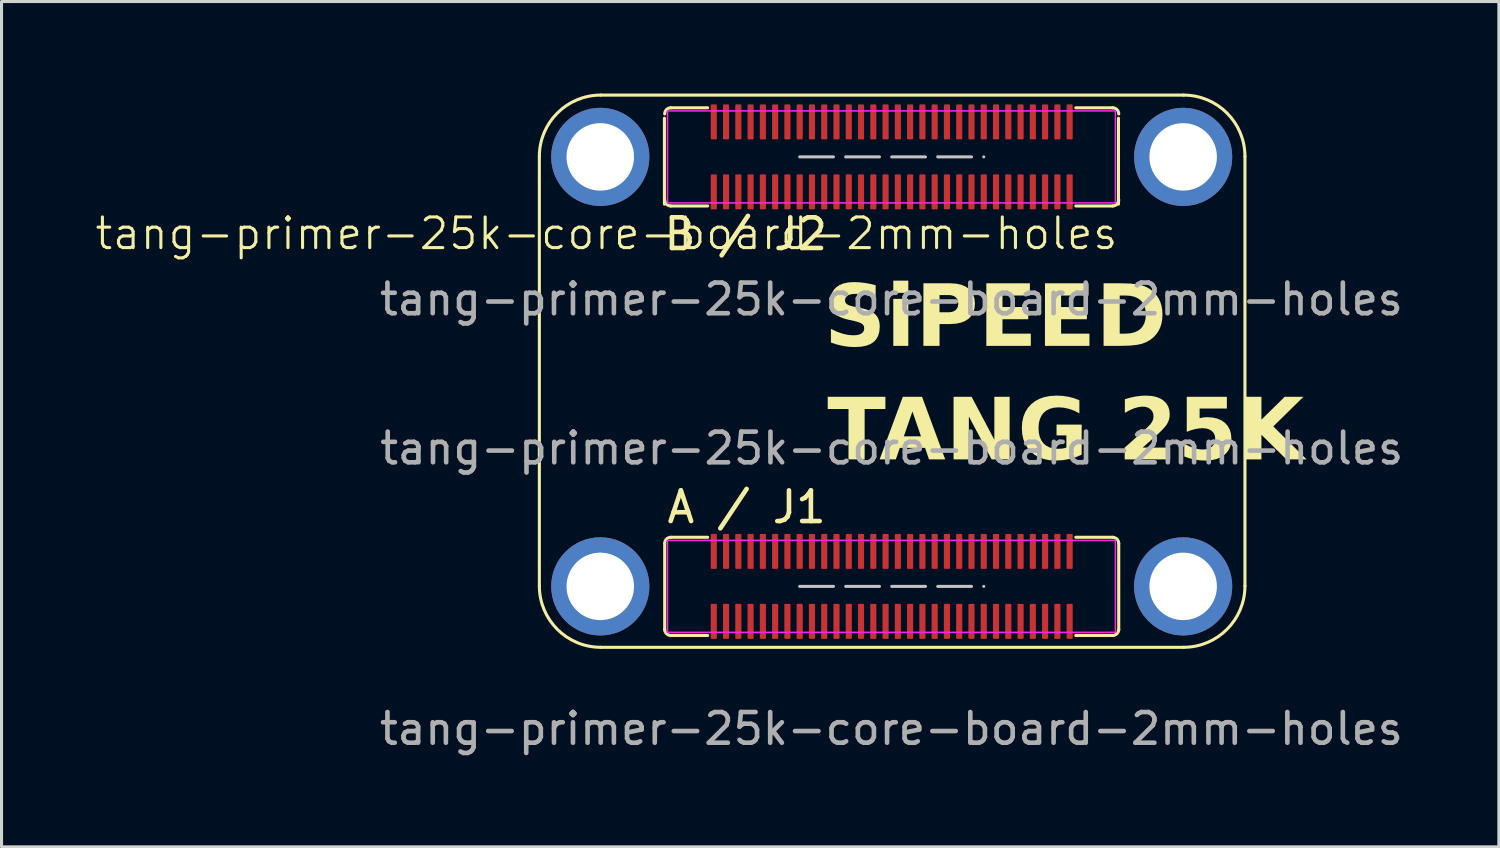
<source format=kicad_pcb>
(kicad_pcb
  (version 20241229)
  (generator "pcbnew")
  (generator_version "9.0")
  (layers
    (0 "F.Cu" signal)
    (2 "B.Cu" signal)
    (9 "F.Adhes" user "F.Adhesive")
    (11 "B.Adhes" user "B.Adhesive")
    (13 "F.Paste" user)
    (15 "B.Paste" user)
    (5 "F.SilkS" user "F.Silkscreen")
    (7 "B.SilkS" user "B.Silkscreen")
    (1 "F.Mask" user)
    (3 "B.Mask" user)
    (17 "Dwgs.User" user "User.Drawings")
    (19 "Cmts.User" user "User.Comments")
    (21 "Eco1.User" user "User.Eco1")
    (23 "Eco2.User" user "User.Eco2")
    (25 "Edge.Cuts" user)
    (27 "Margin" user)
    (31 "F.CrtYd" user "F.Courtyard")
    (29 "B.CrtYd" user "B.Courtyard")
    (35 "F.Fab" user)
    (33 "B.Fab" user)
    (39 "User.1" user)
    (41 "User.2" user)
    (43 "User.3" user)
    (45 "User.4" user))
  (footprint "tang-primer-25k-core-board-2mm-holes"
    (layer "F.Cu")
    (at 26.017 9.064)
    (property "Reference" "tang-primer-25k-core-board-2mm-holes" (at -9.3 -4.5 0) (unlocked yes) (layer "F.SilkS") (effects (font (size 1 1) (thickness 0.1))))
    (attr smd)
    (fp_line (start -11.486 -7.014) (end -11.486 6.986) (stroke (width 0.1) (type default)) (layer "F.SilkS"))
    (fp_line (start -9.486 8.986) (end 9.514 8.986) (stroke (width 0.1) (type default)) (layer "F.SilkS"))
    (fp_line (start -7.409 -8.259) (end -7.409 -5.459) (stroke (width 0.1) (type default)) (layer "F.SilkS"))
    (fp_line (start -7.4 5.61) (end -7.4 8.41) (stroke (width 0.1) (type default)) (layer "F.SilkS"))
    (fp_line (start -7.2 -8.6) (end -6 -8.6) (stroke (width 0.1) (type default)) (layer "F.SilkS"))
    (fp_line (start -7.2 -5.4) (end -6 -5.4) (stroke (width 0.1) (type default)) (layer "F.SilkS"))
    (fp_line (start -7.2 5.4) (end -6 5.4) (stroke (width 0.1) (type default)) (layer "F.SilkS"))
    (fp_line (start -7.2 8.6) (end -6 8.6) (stroke (width 0.1) (type default)) (layer "F.SilkS"))
    (fp_line (start 7.2 -8.6) (end 6 -8.6) (stroke (width 0.1) (type default)) (layer "F.SilkS"))
    (fp_line (start 7.2 -5.4) (end 6 -5.4) (stroke (width 0.1) (type default)) (layer "F.SilkS"))
    (fp_line (start 7.2 5.4) (end 6 5.4) (stroke (width 0.1) (type default)) (layer "F.SilkS"))
    (fp_line (start 7.2 8.6) (end 6 8.6) (stroke (width 0.1) (type default)) (layer "F.SilkS"))
    (fp_line (start 7.391 -8.259) (end 7.391 -5.459) (stroke (width 0.1) (type default)) (layer "F.SilkS"))
    (fp_line (start 7.4 5.61) (end 7.4 8.41) (stroke (width 0.1) (type default)) (layer "F.SilkS"))
    (fp_line (start 9.514 -9.014) (end -9.486 -9.014) (stroke (width 0.1) (type default)) (layer "F.SilkS"))
    (fp_line (start 11.514 6.986) (end 11.514 -7.014) (stroke (width 0.1) (type default)) (layer "F.SilkS"))
    (fp_arc (start -11.485786 -7.014214) (mid -10.9 -8.428428) (end -9.485786 -9.014214) (stroke (width 0.1) (type default)) (layer "F.SilkS"))
    (fp_arc (start -9.485786 8.985786) (mid -10.9 8.4) (end -11.485786 6.985786) (stroke (width 0.1) (type default)) (layer "F.SilkS"))
    (fp_arc (start -7.4 -8.4) (mid -7.341421 -8.541421) (end -7.2 -8.6) (stroke (width 0.1) (type default)) (layer "F.SilkS"))
    (fp_arc (start -7.4 5.6) (mid -7.341421 5.458579) (end -7.2 5.4) (stroke (width 0.1) (type default)) (layer "F.SilkS"))
    (fp_arc (start -7.2 -5.4) (mid -7.341421 -5.458579) (end -7.4 -5.6) (stroke (width 0.1) (type default)) (layer "F.SilkS"))
    (fp_arc (start -7.2 8.6) (mid -7.341421 8.541421) (end -7.4 8.4) (stroke (width 0.1) (type default)) (layer "F.SilkS"))
    (fp_arc (start 7.2 -8.6) (mid 7.341421 -8.541421) (end 7.4 -8.4) (stroke (width 0.1) (type default)) (layer "F.SilkS"))
    (fp_arc (start 7.2 5.4) (mid 7.341421 5.458579) (end 7.4 5.6) (stroke (width 0.1) (type default)) (layer "F.SilkS"))
    (fp_arc (start 7.4 -5.6) (mid 7.341421 -5.458579) (end 7.2 -5.4) (stroke (width 0.1) (type default)) (layer "F.SilkS"))
    (fp_arc (start 7.4 8.4) (mid 7.341421 8.541421) (end 7.2 8.6) (stroke (width 0.1) (type default)) (layer "F.SilkS"))
    (fp_arc (start 9.514214 -9.014214) (mid 10.928428 -8.428428) (end 11.514214 -7.014214) (stroke (width 0.1) (type default)) (layer "F.SilkS"))
    (fp_arc (start 11.514214 6.985786) (mid 10.928428 8.4) (end 9.514214 8.985786) (stroke (width 0.1) (type default)) (layer "F.SilkS"))
    (fp_line (start -3 -7) (end 3 -7) (stroke (width 0.1) (type dash)) (layer "Dwgs.User"))
    (fp_line (start -3 7) (end 3 7) (stroke (width 0.1) (type dash)) (layer "Dwgs.User"))
    (fp_rect (start -7.309 -8.5) (end 7.291 -5.5) (stroke (width 0.05) (type default)) (fill no) (layer "F.CrtYd"))
    (fp_rect (start -7.309 5.5) (end 7.291 8.5) (stroke (width 0.05) (type default)) (fill no) (layer "F.CrtYd"))
    (fp_text user "A / J1" (at -7.4 5 0) (unlocked yes) (layer "F.SilkS") (effects (font (size 1 1) (thickness 0.15)) (justify left bottom)))
    (fp_text user "B / J2" (at -7.5 -3.9 0) (unlocked yes) (layer "F.SilkS") (effects (font (size 1 1) (thickness 0.15)) (justify left bottom)))
    (fp_text user "SiPEED" (at -2.2 -0.5 0) (unlocked yes) (layer "F.SilkS") (effects (font (face "Exo 2 Black") (size 2 2) (thickness 0.15)) (justify left bottom)))
    (fp_text user "TANG 25K" (at -2.1 3.2 0) (unlocked yes) (layer "F.SilkS") (effects (font (face "Exo 2 Black") (size 2 2) (thickness 0.15)) (justify left bottom)))
    (fp_text user "${REFERENCE}" (at -0.009 -2.359 0) (unlocked yes) (layer "F.Fab") (effects (font (size 1 1) (thickness 0.15))))
    (fp_text user "${REFERENCE}" (at -0.009 11.641 0) (unlocked yes) (layer "F.Fab") (effects (font (size 1 1) (thickness 0.15))))
    (fp_text user "${REFERENCE}" (at 0 2.5 0) (unlocked yes) (layer "F.Fab") (effects (font (size 1 1) (thickness 0.15))))
    (pad "" thru_hole circle (at -9.5 -7) (size 3.2 3.2) (drill 2.2) (layers "*.Cu" "*.Mask"))
    (pad "" thru_hole circle (at -9.5 7) (size 3.2 3.2) (drill 2.2) (layers "*.Cu" "*.Mask"))
    (pad "" thru_hole circle (at 9.5 -7) (size 3.2 3.2) (drill 2.2) (layers "*.Cu" "*.Mask"))
    (pad "" thru_hole circle (at 9.5 7) (size 3.2 3.2) (drill 2.2) (layers "*.Cu" "*.Mask"))
    (pad "A1" smd roundrect (at -5.8 5.86) (size 0.2 1.14) (layers "F.Cu" "F.Mask" "F.Paste") (roundrect_rratio 0.15))
    (pad "A2" smd roundrect (at -5.8 8.14) (size 0.2 1.14) (layers "F.Cu" "F.Mask" "F.Paste") (roundrect_rratio 0.15))
    (pad "A3" smd roundrect (at -5.4 5.86) (size 0.2 1.14) (layers "F.Cu" "F.Mask" "F.Paste") (roundrect_rratio 0.15))
    (pad "A4" smd roundrect (at -5.4 8.14) (size 0.2 1.14) (layers "F.Cu" "F.Mask" "F.Paste") (roundrect_rratio 0.15))
    (pad "A5" smd roundrect (at -5 5.86) (size 0.2 1.14) (layers "F.Cu" "F.Mask" "F.Paste") (roundrect_rratio 0.15))
    (pad "A6" smd roundrect (at -5 8.14) (size 0.2 1.14) (layers "F.Cu" "F.Mask" "F.Paste") (roundrect_rratio 0.15))
    (pad "A7" smd roundrect (at -4.6 5.86) (size 0.2 1.14) (layers "F.Cu" "F.Mask" "F.Paste") (roundrect_rratio 0.15))
    (pad "A8" smd roundrect (at -4.6 8.14) (size 0.2 1.14) (layers "F.Cu" "F.Mask" "F.Paste") (roundrect_rratio 0.15))
    (pad "A9" smd roundrect (at -4.2 5.86) (size 0.2 1.14) (layers "F.Cu" "F.Mask" "F.Paste") (roundrect_rratio 0.15))
    (pad "A10" smd roundrect (at -4.2 8.14) (size 0.2 1.14) (layers "F.Cu" "F.Mask" "F.Paste") (roundrect_rratio 0.15))
    (pad "A11" smd roundrect (at -3.8 5.86) (size 0.2 1.14) (layers "F.Cu" "F.Mask" "F.Paste") (roundrect_rratio 0.15))
    (pad "A12" smd roundrect (at -3.8 8.14) (size 0.2 1.14) (layers "F.Cu" "F.Mask" "F.Paste") (roundrect_rratio 0.15))
    (pad "A13" smd roundrect (at -3.4 5.86) (size 0.2 1.14) (layers "F.Cu" "F.Mask" "F.Paste") (roundrect_rratio 0.15))
    (pad "A14" smd roundrect (at -3.4 8.14) (size 0.2 1.14) (layers "F.Cu" "F.Mask" "F.Paste") (roundrect_rratio 0.15))
    (pad "A15" smd roundrect (at -3 5.86) (size 0.2 1.14) (layers "F.Cu" "F.Mask" "F.Paste") (roundrect_rratio 0.15))
    (pad "A16" smd roundrect (at -3 8.14) (size 0.2 1.14) (layers "F.Cu" "F.Mask" "F.Paste") (roundrect_rratio 0.15))
    (pad "A17" smd roundrect (at -2.6 5.86) (size 0.2 1.14) (layers "F.Cu" "F.Mask" "F.Paste") (roundrect_rratio 0.15))
    (pad "A18" smd roundrect (at -2.6 8.14) (size 0.2 1.14) (layers "F.Cu" "F.Mask" "F.Paste") (roundrect_rratio 0.15))
    (pad "A19" smd roundrect (at -2.2 5.86) (size 0.2 1.14) (layers "F.Cu" "F.Mask" "F.Paste") (roundrect_rratio 0.15))
    (pad "A20" smd roundrect (at -2.2 8.14) (size 0.2 1.14) (layers "F.Cu" "F.Mask" "F.Paste") (roundrect_rratio 0.15))
    (pad "A21" smd roundrect (at -1.8 5.86) (size 0.2 1.14) (layers "F.Cu" "F.Mask" "F.Paste") (roundrect_rratio 0.15))
    (pad "A22" smd roundrect (at -1.8 8.14) (size 0.2 1.14) (layers "F.Cu" "F.Mask" "F.Paste") (roundrect_rratio 0.15))
    (pad "A23" smd roundrect (at -1.4 5.86) (size 0.2 1.14) (layers "F.Cu" "F.Mask" "F.Paste") (roundrect_rratio 0.15))
    (pad "A24" smd roundrect (at -1.4 8.14) (size 0.2 1.14) (layers "F.Cu" "F.Mask" "F.Paste") (roundrect_rratio 0.15))
    (pad "A25" smd roundrect (at -1 5.86) (size 0.2 1.14) (layers "F.Cu" "F.Mask" "F.Paste") (roundrect_rratio 0.15))
    (pad "A26" smd roundrect (at -1 8.14) (size 0.2 1.14) (layers "F.Cu" "F.Mask" "F.Paste") (roundrect_rratio 0.15))
    (pad "A27" smd roundrect (at -0.6 5.86) (size 0.2 1.14) (layers "F.Cu" "F.Mask" "F.Paste") (roundrect_rratio 0.15))
    (pad "A28" smd roundrect (at -0.6 8.14) (size 0.2 1.14) (layers "F.Cu" "F.Mask" "F.Paste") (roundrect_rratio 0.15))
    (pad "A29" smd roundrect (at -0.2 5.86) (size 0.2 1.14) (layers "F.Cu" "F.Mask" "F.Paste") (roundrect_rratio 0.15))
    (pad "A30" smd roundrect (at -0.2 8.14) (size 0.2 1.14) (layers "F.Cu" "F.Mask" "F.Paste") (roundrect_rratio 0.15))
    (pad "A31" smd roundrect (at 0.2 5.86) (size 0.2 1.14) (layers "F.Cu" "F.Mask" "F.Paste") (roundrect_rratio 0.15))
    (pad "A32" smd roundrect (at 0.2 8.14) (size 0.2 1.14) (layers "F.Cu" "F.Mask" "F.Paste") (roundrect_rratio 0.15))
    (pad "A33" smd roundrect (at 0.6 5.86) (size 0.2 1.14) (layers "F.Cu" "F.Mask" "F.Paste") (roundrect_rratio 0.15))
    (pad "A34" smd roundrect (at 0.6 8.14) (size 0.2 1.14) (layers "F.Cu" "F.Mask" "F.Paste") (roundrect_rratio 0.15))
    (pad "A35" smd roundrect (at 1 5.86) (size 0.2 1.14) (layers "F.Cu" "F.Mask" "F.Paste") (roundrect_rratio 0.15))
    (pad "A36" smd roundrect (at 1 8.14) (size 0.2 1.14) (layers "F.Cu" "F.Mask" "F.Paste") (roundrect_rratio 0.15))
    (pad "A37" smd roundrect (at 1.4 5.86) (size 0.2 1.14) (layers "F.Cu" "F.Mask" "F.Paste") (roundrect_rratio 0.15))
    (pad "A38" smd roundrect (at 1.4 8.14) (size 0.2 1.14) (layers "F.Cu" "F.Mask" "F.Paste") (roundrect_rratio 0.15))
    (pad "A39" smd roundrect (at 1.8 5.86) (size 0.2 1.14) (layers "F.Cu" "F.Mask" "F.Paste") (roundrect_rratio 0.15))
    (pad "A40" smd roundrect (at 1.8 8.14) (size 0.2 1.14) (layers "F.Cu" "F.Mask" "F.Paste") (roundrect_rratio 0.15))
    (pad "A41" smd roundrect (at 2.2 5.86) (size 0.2 1.14) (layers "F.Cu" "F.Mask" "F.Paste") (roundrect_rratio 0.15))
    (pad "A42" smd roundrect (at 2.2 8.14) (size 0.2 1.14) (layers "F.Cu" "F.Mask" "F.Paste") (roundrect_rratio 0.15))
    (pad "A43" smd roundrect (at 2.6 5.86) (size 0.2 1.14) (layers "F.Cu" "F.Mask" "F.Paste") (roundrect_rratio 0.15))
    (pad "A44" smd roundrect (at 2.6 8.14) (size 0.2 1.14) (layers "F.Cu" "F.Mask" "F.Paste") (roundrect_rratio 0.15))
    (pad "A45" smd roundrect (at 3 5.86) (size 0.2 1.14) (layers "F.Cu" "F.Mask" "F.Paste") (roundrect_rratio 0.15))
    (pad "A46" smd roundrect (at 3 8.14) (size 0.2 1.14) (layers "F.Cu" "F.Mask" "F.Paste") (roundrect_rratio 0.15))
    (pad "A47" smd roundrect (at 3.4 5.86) (size 0.2 1.14) (layers "F.Cu" "F.Mask" "F.Paste") (roundrect_rratio 0.15))
    (pad "A48" smd roundrect (at 3.4 8.14) (size 0.2 1.14) (layers "F.Cu" "F.Mask" "F.Paste") (roundrect_rratio 0.15))
    (pad "A49" smd roundrect (at 3.8 5.86) (size 0.2 1.14) (layers "F.Cu" "F.Mask" "F.Paste") (roundrect_rratio 0.15))
    (pad "A50" smd roundrect (at 3.8 8.14) (size 0.2 1.14) (layers "F.Cu" "F.Mask" "F.Paste") (roundrect_rratio 0.15))
    (pad "A51" smd roundrect (at 4.2 5.86) (size 0.2 1.14) (layers "F.Cu" "F.Mask" "F.Paste") (roundrect_rratio 0.15))
    (pad "A52" smd roundrect (at 4.2 8.14) (size 0.2 1.14) (layers "F.Cu" "F.Mask" "F.Paste") (roundrect_rratio 0.15))
    (pad "A53" smd roundrect (at 4.6 5.86) (size 0.2 1.14) (layers "F.Cu" "F.Mask" "F.Paste") (roundrect_rratio 0.15))
    (pad "A54" smd roundrect (at 4.6 8.14) (size 0.2 1.14) (layers "F.Cu" "F.Mask" "F.Paste") (roundrect_rratio 0.15))
    (pad "A55" smd roundrect (at 5 5.86) (size 0.2 1.14) (layers "F.Cu" "F.Mask" "F.Paste") (roundrect_rratio 0.15))
    (pad "A56" smd roundrect (at 5 8.14) (size 0.2 1.14) (layers "F.Cu" "F.Mask" "F.Paste") (roundrect_rratio 0.15))
    (pad "A57" smd roundrect (at 5.4 5.86) (size 0.2 1.14) (layers "F.Cu" "F.Mask" "F.Paste") (roundrect_rratio 0.15))
    (pad "A58" smd roundrect (at 5.4 8.14) (size 0.2 1.14) (layers "F.Cu" "F.Mask" "F.Paste") (roundrect_rratio 0.15))
    (pad "A59" smd roundrect (at 5.8 5.86) (size 0.2 1.14) (layers "F.Cu" "F.Mask" "F.Paste") (roundrect_rratio 0.15))
    (pad "A60" smd roundrect (at 5.8 8.14) (size 0.2 1.14) (layers "F.Cu" "F.Mask" "F.Paste") (roundrect_rratio 0.15))
    (pad "B1" smd roundrect (at -5.8 -8.14) (size 0.2 1.14) (layers "F.Cu" "F.Mask" "F.Paste") (roundrect_rratio 0.15))
    (pad "B2" smd roundrect (at -5.8 -5.86) (size 0.2 1.14) (layers "F.Cu" "F.Mask" "F.Paste") (roundrect_rratio 0.15))
    (pad "B3" smd roundrect (at -5.4 -8.14) (size 0.2 1.14) (layers "F.Cu" "F.Mask" "F.Paste") (roundrect_rratio 0.15))
    (pad "B4" smd roundrect (at -5.4 -5.86) (size 0.2 1.14) (layers "F.Cu" "F.Mask" "F.Paste") (roundrect_rratio 0.15))
    (pad "B5" smd roundrect (at -5 -8.14) (size 0.2 1.14) (layers "F.Cu" "F.Mask" "F.Paste") (roundrect_rratio 0.15))
    (pad "B6" smd roundrect (at -5 -5.86) (size 0.2 1.14) (layers "F.Cu" "F.Mask" "F.Paste") (roundrect_rratio 0.15))
    (pad "B7" smd roundrect (at -4.6 -8.14) (size 0.2 1.14) (layers "F.Cu" "F.Mask" "F.Paste") (roundrect_rratio 0.15))
    (pad "B8" smd roundrect (at -4.6 -5.86) (size 0.2 1.14) (layers "F.Cu" "F.Mask" "F.Paste") (roundrect_rratio 0.15))
    (pad "B9" smd roundrect (at -4.2 -8.14) (size 0.2 1.14) (layers "F.Cu" "F.Mask" "F.Paste") (roundrect_rratio 0.15))
    (pad "B10" smd roundrect (at -4.2 -5.86) (size 0.2 1.14) (layers "F.Cu" "F.Mask" "F.Paste") (roundrect_rratio 0.15))
    (pad "B11" smd roundrect (at -3.8 -8.14) (size 0.2 1.14) (layers "F.Cu" "F.Mask" "F.Paste") (roundrect_rratio 0.15))
    (pad "B12" smd roundrect (at -3.8 -5.86) (size 0.2 1.14) (layers "F.Cu" "F.Mask" "F.Paste") (roundrect_rratio 0.15))
    (pad "B13" smd roundrect (at -3.4 -8.14) (size 0.2 1.14) (layers "F.Cu" "F.Mask" "F.Paste") (roundrect_rratio 0.15))
    (pad "B14" smd roundrect (at -3.4 -5.86) (size 0.2 1.14) (layers "F.Cu" "F.Mask" "F.Paste") (roundrect_rratio 0.15))
    (pad "B15" smd roundrect (at -3 -8.14) (size 0.2 1.14) (layers "F.Cu" "F.Mask" "F.Paste") (roundrect_rratio 0.15))
    (pad "B16" smd roundrect (at -3 -5.86) (size 0.2 1.14) (layers "F.Cu" "F.Mask" "F.Paste") (roundrect_rratio 0.15))
    (pad "B17" smd roundrect (at -2.6 -8.14) (size 0.2 1.14) (layers "F.Cu" "F.Mask" "F.Paste") (roundrect_rratio 0.15))
    (pad "B18" smd roundrect (at -2.6 -5.86) (size 0.2 1.14) (layers "F.Cu" "F.Mask" "F.Paste") (roundrect_rratio 0.15))
    (pad "B19" smd roundrect (at -2.2 -8.14) (size 0.2 1.14) (layers "F.Cu" "F.Mask" "F.Paste") (roundrect_rratio 0.15))
    (pad "B20" smd roundrect (at -2.2 -5.86) (size 0.2 1.14) (layers "F.Cu" "F.Mask" "F.Paste") (roundrect_rratio 0.15))
    (pad "B21" smd roundrect (at -1.8 -8.14) (size 0.2 1.14) (layers "F.Cu" "F.Mask" "F.Paste") (roundrect_rratio 0.15))
    (pad "B22" smd roundrect (at -1.8 -5.86) (size 0.2 1.14) (layers "F.Cu" "F.Mask" "F.Paste") (roundrect_rratio 0.15))
    (pad "B23" smd roundrect (at -1.4 -8.14) (size 0.2 1.14) (layers "F.Cu" "F.Mask" "F.Paste") (roundrect_rratio 0.15))
    (pad "B24" smd roundrect (at -1.4 -5.86) (size 0.2 1.14) (layers "F.Cu" "F.Mask" "F.Paste") (roundrect_rratio 0.15))
    (pad "B25" smd roundrect (at -1 -8.14) (size 0.2 1.14) (layers "F.Cu" "F.Mask" "F.Paste") (roundrect_rratio 0.15))
    (pad "B26" smd roundrect (at -1 -5.86) (size 0.2 1.14) (layers "F.Cu" "F.Mask" "F.Paste") (roundrect_rratio 0.15))
    (pad "B27" smd roundrect (at -0.6 -8.14) (size 0.2 1.14) (layers "F.Cu" "F.Mask" "F.Paste") (roundrect_rratio 0.15))
    (pad "B28" smd roundrect (at -0.6 -5.86) (size 0.2 1.14) (layers "F.Cu" "F.Mask" "F.Paste") (roundrect_rratio 0.15))
    (pad "B29" smd roundrect (at -0.2 -8.14) (size 0.2 1.14) (layers "F.Cu" "F.Mask" "F.Paste") (roundrect_rratio 0.15))
    (pad "B30" smd roundrect (at -0.2 -5.86) (size 0.2 1.14) (layers "F.Cu" "F.Mask" "F.Paste") (roundrect_rratio 0.15))
    (pad "B31" smd roundrect (at 0.2 -8.14) (size 0.2 1.14) (layers "F.Cu" "F.Mask" "F.Paste") (roundrect_rratio 0.15))
    (pad "B32" smd roundrect (at 0.2 -5.86) (size 0.2 1.14) (layers "F.Cu" "F.Mask" "F.Paste") (roundrect_rratio 0.15))
    (pad "B33" smd roundrect (at 0.6 -8.14) (size 0.2 1.14) (layers "F.Cu" "F.Mask" "F.Paste") (roundrect_rratio 0.15))
    (pad "B34" smd roundrect (at 0.6 -5.86) (size 0.2 1.14) (layers "F.Cu" "F.Mask" "F.Paste") (roundrect_rratio 0.15))
    (pad "B35" smd roundrect (at 1 -8.14) (size 0.2 1.14) (layers "F.Cu" "F.Mask" "F.Paste") (roundrect_rratio 0.15))
    (pad "B36" smd roundrect (at 1 -5.86) (size 0.2 1.14) (layers "F.Cu" "F.Mask" "F.Paste") (roundrect_rratio 0.15))
    (pad "B37" smd roundrect (at 1.4 -8.14) (size 0.2 1.14) (layers "F.Cu" "F.Mask" "F.Paste") (roundrect_rratio 0.15))
    (pad "B38" smd roundrect (at 1.4 -5.86) (size 0.2 1.14) (layers "F.Cu" "F.Mask" "F.Paste") (roundrect_rratio 0.15))
    (pad "B39" smd roundrect (at 1.8 -8.14) (size 0.2 1.14) (layers "F.Cu" "F.Mask" "F.Paste") (roundrect_rratio 0.15))
    (pad "B40" smd roundrect (at 1.8 -5.86) (size 0.2 1.14) (layers "F.Cu" "F.Mask" "F.Paste") (roundrect_rratio 0.15))
    (pad "B41" smd roundrect (at 2.2 -8.14) (size 0.2 1.14) (layers "F.Cu" "F.Mask" "F.Paste") (roundrect_rratio 0.15))
    (pad "B42" smd roundrect (at 2.2 -5.86) (size 0.2 1.14) (layers "F.Cu" "F.Mask" "F.Paste") (roundrect_rratio 0.15))
    (pad "B43" smd roundrect (at 2.6 -8.14) (size 0.2 1.14) (layers "F.Cu" "F.Mask" "F.Paste") (roundrect_rratio 0.15))
    (pad "B44" smd roundrect (at 2.6 -5.86) (size 0.2 1.14) (layers "F.Cu" "F.Mask" "F.Paste") (roundrect_rratio 0.15))
    (pad "B45" smd roundrect (at 3 -8.14) (size 0.2 1.14) (layers "F.Cu" "F.Mask" "F.Paste") (roundrect_rratio 0.15))
    (pad "B46" smd roundrect (at 3 -5.86) (size 0.2 1.14) (layers "F.Cu" "F.Mask" "F.Paste") (roundrect_rratio 0.15))
    (pad "B47" smd roundrect (at 3.4 -8.14) (size 0.2 1.14) (layers "F.Cu" "F.Mask" "F.Paste") (roundrect_rratio 0.15))
    (pad "B48" smd roundrect (at 3.4 -5.86) (size 0.2 1.14) (layers "F.Cu" "F.Mask" "F.Paste") (roundrect_rratio 0.15))
    (pad "B49" smd roundrect (at 3.8 -8.14) (size 0.2 1.14) (layers "F.Cu" "F.Mask" "F.Paste") (roundrect_rratio 0.15))
    (pad "B50" smd roundrect (at 3.8 -5.86) (size 0.2 1.14) (layers "F.Cu" "F.Mask" "F.Paste") (roundrect_rratio 0.15))
    (pad "B51" smd roundrect (at 4.2 -8.14) (size 0.2 1.14) (layers "F.Cu" "F.Mask" "F.Paste") (roundrect_rratio 0.15))
    (pad "B52" smd roundrect (at 4.2 -5.86) (size 0.2 1.14) (layers "F.Cu" "F.Mask" "F.Paste") (roundrect_rratio 0.15))
    (pad "B53" smd roundrect (at 4.6 -8.14) (size 0.2 1.14) (layers "F.Cu" "F.Mask" "F.Paste") (roundrect_rratio 0.15))
    (pad "B54" smd roundrect (at 4.6 -5.86) (size 0.2 1.14) (layers "F.Cu" "F.Mask" "F.Paste") (roundrect_rratio 0.15))
    (pad "B55" smd roundrect (at 5 -8.14) (size 0.2 1.14) (layers "F.Cu" "F.Mask" "F.Paste") (roundrect_rratio 0.15))
    (pad "B56" smd roundrect (at 5 -5.86) (size 0.2 1.14) (layers "F.Cu" "F.Mask" "F.Paste") (roundrect_rratio 0.15))
    (pad "B57" smd roundrect (at 5.4 -8.14) (size 0.2 1.14) (layers "F.Cu" "F.Mask" "F.Paste") (roundrect_rratio 0.15))
    (pad "B58" smd roundrect (at 5.4 -5.86) (size 0.2 1.14) (layers "F.Cu" "F.Mask" "F.Paste") (roundrect_rratio 0.15))
    (pad "B59" smd roundrect (at 5.8 -8.14) (size 0.2 1.14) (layers "F.Cu" "F.Mask" "F.Paste") (roundrect_rratio 0.15))
    (pad "B60" smd roundrect (at 5.8 -5.86) (size 0.2 1.14) (layers "F.Cu" "F.Mask" "F.Paste") (roundrect_rratio 0.15)))
  (gr_rect
    (start -3 -3)
    (end 45.808 24.554)
    (stroke (width 0.1) (type default))
    (fill no)
    (layer "Edge.Cuts")))
</source>
